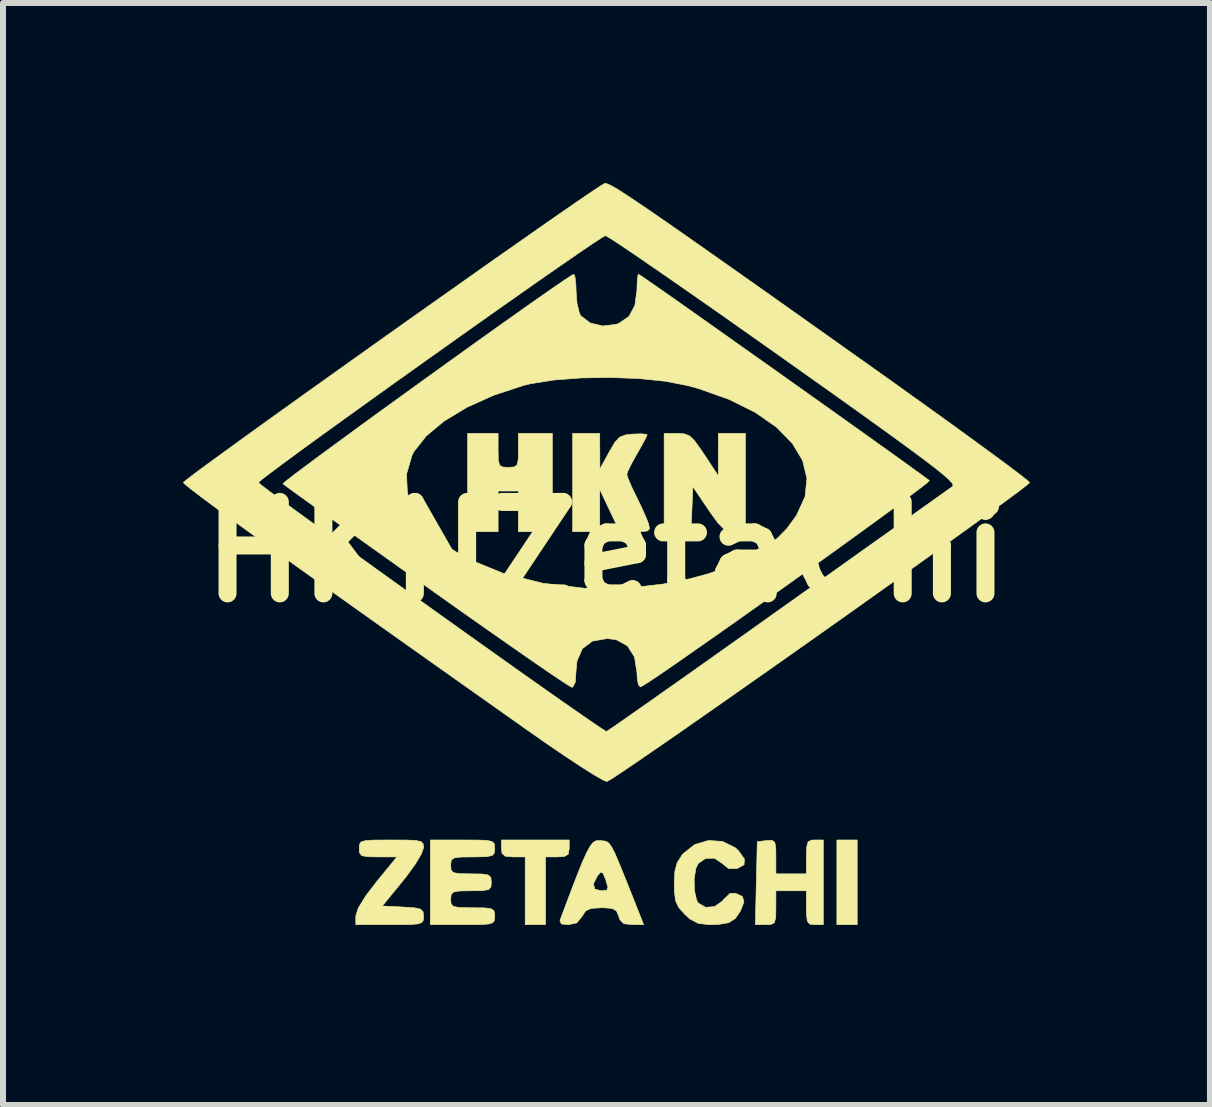
<source format=kicad_pcb>
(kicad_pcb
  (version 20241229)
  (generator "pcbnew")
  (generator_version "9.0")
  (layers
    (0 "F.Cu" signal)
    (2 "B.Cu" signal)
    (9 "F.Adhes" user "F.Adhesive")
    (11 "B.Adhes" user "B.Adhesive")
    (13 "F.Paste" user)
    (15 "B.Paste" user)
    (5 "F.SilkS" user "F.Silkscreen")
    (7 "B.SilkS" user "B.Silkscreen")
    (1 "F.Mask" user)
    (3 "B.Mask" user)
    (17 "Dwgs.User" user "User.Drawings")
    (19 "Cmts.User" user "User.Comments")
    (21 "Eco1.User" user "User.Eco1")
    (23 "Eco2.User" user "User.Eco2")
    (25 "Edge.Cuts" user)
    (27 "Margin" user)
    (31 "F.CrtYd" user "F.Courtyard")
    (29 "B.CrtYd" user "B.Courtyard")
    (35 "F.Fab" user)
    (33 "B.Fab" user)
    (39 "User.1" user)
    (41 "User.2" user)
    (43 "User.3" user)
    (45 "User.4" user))
  (footprint "HKNZetaChi"
    (layer "F.Cu")
    (at 7.055 6.147)
    (property "Reference" "HKNZetaChi" (at 0 0 0) (layer "F.SilkS") (effects (font (size 1.524 1.524) (thickness 0.3))))
    (attr through_hole)
    (fp_poly (pts (xy 4.177 6.209) (xy 3.838 6.209) (xy 3.838 4.798) (xy 4.177 4.798) (xy 4.177 6.209)) (stroke (width 0.01) (type solid)) (fill yes) (layer "F.SilkS"))
    (fp_poly (pts (xy -0.621 4.939) (xy -0.636 5.034) (xy -0.702 5.073) (xy -0.818 5.08) (xy -1.016 5.08) (xy -1.016 6.209) (xy -1.355 6.209) (xy -1.355 5.08) (xy -1.552 5.08) (xy -1.686 5.069) (xy -1.741 5.022) (xy -1.75 4.939) (xy -1.75 4.798) (xy -0.621 4.798) (xy -0.621 4.939)) (stroke (width 0.01) (type solid)) (fill yes) (layer "F.SilkS"))
    (fp_poly (pts (xy -1.806 -1.693) (xy -1.803 -1.526) (xy -1.78 -1.443) (xy -1.721 -1.414) (xy -1.637 -1.411) (xy -1.537 -1.417) (xy -1.487 -1.455) (xy -1.469 -1.554) (xy -1.468 -1.693) (xy -1.468 -1.976) (xy -0.903 -1.976) (xy -0.903 -0.339) (xy -1.468 -0.339) (xy -1.468 -1.016) (xy -1.806 -1.016) (xy -1.806 -0.339) (xy -2.314 -0.339) (xy -2.314 -1.976) (xy -1.806 -1.976) (xy -1.806 -1.693)) (stroke (width 0.01) (type solid)) (fill yes) (layer "F.SilkS"))
    (fp_poly (pts (xy 1.295 -1.969) (xy 1.382 -1.936) (xy 1.466 -1.855) (xy 1.573 -1.707) (xy 1.629 -1.623) (xy 1.862 -1.27) (xy 1.862 -1.623) (xy 1.863 -1.976) (xy 2.314 -1.976) (xy 2.314 -0.339) (xy 2.13 -0.339) (xy 2.03 -0.349) (xy 1.946 -0.392) (xy 1.854 -0.488) (xy 1.732 -0.655) (xy 1.693 -0.713) (xy 1.439 -1.088) (xy 1.423 -0.713) (xy 1.406 -0.339) (xy 0.96 -0.339) (xy 0.96 -1.976) (xy 1.178 -1.976) (xy 1.295 -1.969)) (stroke (width 0.01) (type solid)) (fill yes) (layer "F.SilkS"))
    (fp_poly (pts (xy 3.612 6.209) (xy 3.471 6.209) (xy 3.388 6.2) (xy 3.346 6.153) (xy 3.332 6.04) (xy 3.33 5.927) (xy 3.33 5.644) (xy 2.822 5.644) (xy 2.822 5.927) (xy 2.819 6.094) (xy 2.796 6.177) (xy 2.736 6.206) (xy 2.651 6.209) (xy 2.48 6.209) (xy 2.496 5.517) (xy 2.512 4.826) (xy 2.667 4.808) (xy 2.758 4.804) (xy 2.804 4.837) (xy 2.82 4.934) (xy 2.822 5.076) (xy 2.822 5.362) (xy 3.33 5.362) (xy 3.33 5.08) (xy 3.335 4.913) (xy 3.358 4.829) (xy 3.415 4.8) (xy 3.471 4.798) (xy 3.612 4.798) (xy 3.612 6.209)) (stroke (width 0.01) (type solid)) (fill yes) (layer "F.SilkS"))
    (fp_poly (pts (xy -0.112 -1.679) (xy -0.11 -1.383) (xy 0.044 -1.665) (xy 0.139 -1.827) (xy 0.22 -1.914) (xy 0.321 -1.952) (xy 0.437 -1.965) (xy 0.584 -1.969) (xy 0.669 -1.96) (xy 0.677 -1.953) (xy 0.651 -1.893) (xy 0.582 -1.766) (xy 0.508 -1.637) (xy 0.417 -1.473) (xy 0.355 -1.346) (xy 0.339 -1.294) (xy 0.362 -1.218) (xy 0.424 -1.074) (xy 0.501 -0.916) (xy 0.593 -0.724) (xy 0.667 -0.556) (xy 0.702 -0.466) (xy 0.717 -0.388) (xy 0.682 -0.351) (xy 0.572 -0.339) (xy 0.481 -0.339) (xy 0.221 -0.339) (xy 0.054 -0.691) (xy -0.113 -1.044) (xy -0.113 -0.691) (xy -0.113 -0.339) (xy -0.564 -0.339) (xy -0.564 -1.976) (xy -0.113 -1.976) (xy -0.112 -1.679)) (stroke (width 0.01) (type solid)) (fill yes) (layer "F.SilkS"))
    (fp_poly (pts (xy -3.336 4.799) (xy -3.179 4.806) (xy -3.093 4.824) (xy -3.056 4.859) (xy -3.048 4.914) (xy -3.048 4.926) (xy -3.084 5.029) (xy -3.18 5.192) (xy -3.324 5.391) (xy -3.392 5.477) (xy -3.736 5.898) (xy -3.392 5.915) (xy -3.202 5.928) (xy -3.099 5.95) (xy -3.056 5.993) (xy -3.048 6.07) (xy -3.048 6.07) (xy -3.052 6.133) (xy -3.077 6.173) (xy -3.143 6.196) (xy -3.273 6.206) (xy -3.485 6.209) (xy -3.612 6.209) (xy -4.177 6.209) (xy -4.177 6.063) (xy -4.135 5.93) (xy -4.012 5.731) (xy -3.835 5.499) (xy -3.492 5.08) (xy -3.806 5.08) (xy -3.985 5.076) (xy -4.079 5.058) (xy -4.115 5.011) (xy -4.12 4.939) (xy -4.117 4.874) (xy -4.091 4.832) (xy -4.023 4.81) (xy -3.892 4.8) (xy -3.675 4.798) (xy -3.584 4.798) (xy -3.336 4.799)) (stroke (width 0.01) (type solid)) (fill yes) (layer "F.SilkS"))
    (fp_poly (pts (xy 1.932 4.822) (xy 2.142 4.925) (xy 2.2 4.978) (xy 2.297 5.115) (xy 2.292 5.21) (xy 2.184 5.27) (xy 2.17 5.273) (xy 2.033 5.274) (xy 1.925 5.186) (xy 1.797 5.101) (xy 1.652 5.104) (xy 1.531 5.187) (xy 1.491 5.264) (xy 1.46 5.444) (xy 1.465 5.64) (xy 1.501 5.799) (xy 1.529 5.849) (xy 1.652 5.92) (xy 1.8 5.908) (xy 1.929 5.818) (xy 1.949 5.792) (xy 2.057 5.69) (xy 2.148 5.685) (xy 2.264 5.739) (xy 2.29 5.829) (xy 2.234 5.975) (xy 2.148 6.104) (xy 2.036 6.176) (xy 1.865 6.205) (xy 1.721 6.209) (xy 1.533 6.189) (xy 1.388 6.113) (xy 1.303 6.035) (xy 1.202 5.921) (xy 1.15 5.808) (xy 1.131 5.653) (xy 1.129 5.532) (xy 1.139 5.32) (xy 1.178 5.174) (xy 1.259 5.048) (xy 1.273 5.03) (xy 1.466 4.876) (xy 1.697 4.806) (xy 1.932 4.822)) (stroke (width 0.01) (type solid)) (fill yes) (layer "F.SilkS"))
    (fp_poly (pts (xy -0.094 4.809) (xy -0.04 4.814) (xy 0.004 4.825) (xy 0.044 4.856) (xy 0.088 4.919) (xy 0.143 5.028) (xy 0.215 5.196) (xy 0.312 5.436) (xy 0.442 5.761) (xy 0.513 5.941) (xy 0.619 6.209) (xy 0.429 6.209) (xy 0.29 6.193) (xy 0.223 6.127) (xy 0.203 6.068) (xy 0.166 5.98) (xy 0.094 5.938) (xy -0.05 5.927) (xy -0.087 5.927) (xy -0.253 5.937) (xy -0.346 5.977) (xy -0.405 6.067) (xy -0.405 6.068) (xy -0.495 6.179) (xy -0.636 6.209) (xy -0.75 6.197) (xy -0.776 6.148) (xy -0.765 6.11) (xy -0.612 5.703) (xy -0.546 5.531) (xy -0.219 5.531) (xy -0.194 5.617) (xy -0.088 5.644) (xy 0.003 5.636) (xy 0.024 5.588) (xy -0.011 5.468) (xy -0.011 5.466) (xy -0.057 5.352) (xy -0.095 5.332) (xy -0.15 5.393) (xy -0.219 5.531) (xy -0.546 5.531) (xy -0.492 5.39) (xy -0.399 5.159) (xy -0.326 4.998) (xy -0.268 4.894) (xy -0.219 4.835) (xy -0.171 4.81) (xy -0.119 4.807) (xy -0.094 4.809)) (stroke (width 0.01) (type solid)) (fill yes) (layer "F.SilkS"))
    (fp_poly (pts (xy -2.15 4.799) (xy -1.994 4.805) (xy -1.908 4.823) (xy -1.871 4.858) (xy -1.863 4.915) (xy -1.863 4.939) (xy -1.869 5.015) (xy -1.905 5.057) (xy -1.997 5.075) (xy -2.17 5.08) (xy -2.23 5.08) (xy -2.427 5.082) (xy -2.537 5.096) (xy -2.585 5.132) (xy -2.596 5.198) (xy -2.596 5.221) (xy -2.589 5.299) (xy -2.55 5.342) (xy -2.452 5.359) (xy -2.27 5.362) (xy -2.258 5.362) (xy -2.07 5.365) (xy -1.969 5.382) (xy -1.927 5.422) (xy -1.919 5.498) (xy -1.919 5.503) (xy -1.926 5.582) (xy -1.965 5.624) (xy -2.063 5.641) (xy -2.246 5.644) (xy -2.258 5.644) (xy -2.445 5.647) (xy -2.547 5.664) (xy -2.588 5.704) (xy -2.596 5.781) (xy -2.596 5.786) (xy -2.59 5.861) (xy -2.554 5.904) (xy -2.462 5.922) (xy -2.289 5.927) (xy -2.23 5.927) (xy -2.032 5.929) (xy -1.922 5.943) (xy -1.874 5.978) (xy -1.863 6.045) (xy -1.863 6.068) (xy -1.866 6.133) (xy -1.892 6.174) (xy -1.96 6.197) (xy -2.091 6.207) (xy -2.308 6.209) (xy -2.399 6.209) (xy -2.935 6.209) (xy -2.935 4.798) (xy -2.399 4.798) (xy -2.15 4.799)) (stroke (width 0.01) (type solid)) (fill yes) (layer "F.SilkS"))
    (fp_poly (pts (xy 0.582 -4.597) (xy 0.712 -4.507) (xy 0.914 -4.367) (xy 1.176 -4.183) (xy 1.488 -3.963) (xy 1.84 -3.714) (xy 2.221 -3.444) (xy 2.621 -3.161) (xy 3.03 -2.871) (xy 3.437 -2.582) (xy 3.832 -2.301) (xy 4.204 -2.036) (xy 4.542 -1.794) (xy 4.838 -1.583) (xy 5.079 -1.409) (xy 5.256 -1.281) (xy 5.358 -1.206) (xy 5.379 -1.19) (xy 5.341 -1.152) (xy 5.22 -1.058) (xy 5.028 -0.913) (xy 4.775 -0.725) (xy 4.471 -0.503) (xy 4.125 -0.252) (xy 3.75 0.019) (xy 3.354 0.303) (xy 2.948 0.593) (xy 2.543 0.882) (xy 2.149 1.161) (xy 1.776 1.424) (xy 1.434 1.663) (xy 1.135 1.872) (xy 0.888 2.041) (xy 0.703 2.165) (xy 0.591 2.235) (xy 0.565 2.248) (xy 0.53 2.21) (xy 0.51 2.085) (xy 0.508 2.012) (xy 0.467 1.75) (xy 0.349 1.563) (xy 0.16 1.46) (xy 0.009 1.442) (xy -0.234 1.484) (xy -0.402 1.61) (xy -0.492 1.817) (xy -0.508 1.985) (xy -0.521 2.171) (xy -0.562 2.25) (xy -0.579 2.253) (xy -0.637 2.22) (xy -0.778 2.128) (xy -0.994 1.982) (xy -1.274 1.789) (xy -1.61 1.555) (xy -1.994 1.287) (xy -2.416 0.99) (xy -2.867 0.67) (xy -3.003 0.573) (xy -3.46 0.248) (xy -3.889 -0.058) (xy -4.282 -0.338) (xy -4.628 -0.586) (xy -4.921 -0.795) (xy -5.15 -0.96) (xy -5.307 -1.074) (xy -5.384 -1.131) (xy -5.39 -1.136) (xy -5.351 -1.173) (xy -5.23 -1.268) (xy -5.192 -1.297) (xy -3.332 -1.297) (xy -3.317 -0.98) (xy -3.2 -0.669) (xy -2.985 -0.375) (xy -2.678 -0.106) (xy -2.318 0.111) (xy -1.724 0.354) (xy -1.068 0.519) (xy -0.375 0.603) (xy 0.332 0.604) (xy 0.938 0.535) (xy 1.364 0.452) (xy 1.715 0.357) (xy 2.03 0.239) (xy 2.347 0.086) (xy 2.371 0.073) (xy 2.646 -0.084) (xy 2.846 -0.229) (xy 3.004 -0.389) (xy 3.151 -0.59) (xy 3.169 -0.618) (xy 3.308 -0.922) (xy 3.339 -1.226) (xy 3.267 -1.524) (xy 3.096 -1.81) (xy 2.833 -2.079) (xy 2.48 -2.325) (xy 2.044 -2.542) (xy 1.53 -2.724) (xy 1.355 -2.772) (xy 0.981 -2.845) (xy 0.537 -2.89) (xy 0.056 -2.908) (xy -0.428 -2.9) (xy -0.881 -2.865) (xy -1.269 -2.803) (xy -1.383 -2.775) (xy -1.881 -2.611) (xy -2.327 -2.41) (xy -2.706 -2.181) (xy -3.004 -1.933) (xy -3.207 -1.675) (xy -3.24 -1.612) (xy -3.332 -1.297) (xy -5.192 -1.297) (xy -5.038 -1.413) (xy -4.784 -1.602) (xy -4.479 -1.826) (xy -4.134 -2.079) (xy -3.758 -2.352) (xy -3.361 -2.639) (xy -2.955 -2.932) (xy -2.549 -3.224) (xy -2.154 -3.508) (xy -1.779 -3.775) (xy -1.436 -4.018) (xy -1.134 -4.231) (xy -0.883 -4.406) (xy -0.694 -4.535) (xy -0.578 -4.611) (xy -0.544 -4.628) (xy -0.524 -4.578) (xy -0.51 -4.447) (xy -0.506 -4.332) (xy -0.491 -4.142) (xy -0.454 -3.988) (xy -0.428 -3.935) (xy -0.273 -3.816) (xy -0.064 -3.766) (xy 0.158 -3.792) (xy 0.205 -3.809) (xy 0.374 -3.924) (xy 0.472 -4.106) (xy 0.508 -4.37) (xy 0.508 -4.406) (xy 0.514 -4.546) (xy 0.528 -4.623) (xy 0.533 -4.628) (xy 0.582 -4.597)) (stroke (width 0.01) (type solid)) (fill yes) (layer "F.SilkS"))
    (fp_poly (pts (xy -0.002 -6.139) (xy 0.042 -6.122) (xy 0.111 -6.086) (xy 0.21 -6.027) (xy 0.343 -5.941) (xy 0.517 -5.825) (xy 0.737 -5.676) (xy 1.009 -5.488) (xy 1.338 -5.259) (xy 1.729 -4.984) (xy 2.189 -4.66) (xy 2.722 -4.284) (xy 3.333 -3.851) (xy 4.029 -3.357) (xy 4.306 -3.161) (xy 4.799 -2.81) (xy 5.264 -2.477) (xy 5.693 -2.169) (xy 6.077 -1.89) (xy 6.409 -1.648) (xy 6.68 -1.448) (xy 6.882 -1.295) (xy 7.008 -1.196) (xy 7.049 -1.157) (xy 7.004 -1.116) (xy 6.875 -1.016) (xy 6.671 -0.865) (xy 6.4 -0.667) (xy 6.072 -0.429) (xy 5.694 -0.157) (xy 5.275 0.143) (xy 4.825 0.464) (xy 4.351 0.801) (xy 3.863 1.148) (xy 3.369 1.497) (xy 2.877 1.844) (xy 2.397 2.181) (xy 1.937 2.504) (xy 1.506 2.805) (xy 1.113 3.079) (xy 0.765 3.319) (xy 0.472 3.52) (xy 0.243 3.675) (xy 0.086 3.778) (xy 0.009 3.822) (xy 0.005 3.824) (xy -0.063 3.796) (xy -0.211 3.711) (xy -0.423 3.577) (xy -0.688 3.402) (xy -0.992 3.195) (xy -1.304 2.977) (xy -2.219 2.33) (xy -3.061 1.734) (xy -3.828 1.19) (xy -4.518 0.699) (xy -5.129 0.263) (xy -5.659 -0.118) (xy -6.106 -0.442) (xy -6.469 -0.707) (xy -6.746 -0.912) (xy -6.935 -1.057) (xy -7.034 -1.139) (xy -7.05 -1.157) (xy -5.799 -1.157) (xy -5.755 -1.118) (xy -5.627 -1.02) (xy -5.427 -0.871) (xy -5.163 -0.677) (xy -4.844 -0.445) (xy -4.481 -0.181) (xy -4.083 0.106) (xy -3.658 0.411) (xy -3.218 0.727) (xy -2.771 1.047) (xy -2.326 1.365) (xy -1.894 1.672) (xy -1.484 1.964) (xy -1.104 2.232) (xy -0.766 2.47) (xy -0.477 2.671) (xy -0.249 2.829) (xy -0.089 2.937) (xy -0.008 2.988) (xy -0.001 2.991) (xy 0.049 2.959) (xy 0.183 2.867) (xy 0.393 2.72) (xy 0.671 2.525) (xy 1.009 2.287) (xy 1.399 2.012) (xy 1.833 1.704) (xy 2.304 1.371) (xy 2.802 1.016) (xy 2.85 0.982) (xy 3.354 0.624) (xy 3.832 0.284) (xy 4.275 -0.032) (xy 4.677 -0.317) (xy 5.028 -0.567) (xy 5.321 -0.776) (xy 5.546 -0.936) (xy 5.697 -1.044) (xy 5.765 -1.092) (xy 5.766 -1.093) (xy 5.775 -1.114) (xy 5.756 -1.151) (xy 5.703 -1.209) (xy 5.61 -1.291) (xy 5.471 -1.403) (xy 5.28 -1.549) (xy 5.03 -1.734) (xy 4.716 -1.963) (xy 4.332 -2.239) (xy 3.871 -2.569) (xy 3.327 -2.955) (xy 2.955 -3.219) (xy 2.445 -3.579) (xy 1.962 -3.92) (xy 1.513 -4.234) (xy 1.106 -4.517) (xy 0.75 -4.763) (xy 0.452 -4.967) (xy 0.22 -5.124) (xy 0.063 -5.226) (xy -0.012 -5.27) (xy -0.017 -5.272) (xy -0.077 -5.239) (xy -0.218 -5.147) (xy -0.431 -5.003) (xy -0.706 -4.813) (xy -1.034 -4.586) (xy -1.404 -4.326) (xy -1.809 -4.042) (xy -2.237 -3.739) (xy -2.679 -3.425) (xy -3.127 -3.107) (xy -3.57 -2.791) (xy -3.998 -2.484) (xy -4.403 -2.193) (xy -4.774 -1.925) (xy -5.103 -1.686) (xy -5.379 -1.483) (xy -5.593 -1.323) (xy -5.736 -1.214) (xy -5.797 -1.16) (xy -5.799 -1.157) (xy -7.05 -1.157) (xy -7.005 -1.197) (xy -6.876 -1.296) (xy -6.673 -1.447) (xy -6.402 -1.644) (xy -6.074 -1.882) (xy -5.697 -2.154) (xy -5.279 -2.454) (xy -4.83 -2.775) (xy -4.357 -3.112) (xy -3.87 -3.459) (xy -3.377 -3.809) (xy -2.887 -4.156) (xy -2.408 -4.494) (xy -1.95 -4.818) (xy -1.52 -5.119) (xy -1.128 -5.394) (xy -0.782 -5.635) (xy -0.491 -5.836) (xy -0.263 -5.991) (xy -0.107 -6.095) (xy -0.032 -6.14) (xy -0.028 -6.142) (xy -0.002 -6.139)) (stroke (width 0.01) (type solid)) (fill yes) (layer "F.SilkS")))
  (gr_rect
    (start -3 -3)
    (end 17.109 15.36)
    (stroke (width 0.1) (type default))
    (fill no)
    (layer "Edge.Cuts")))
</source>
